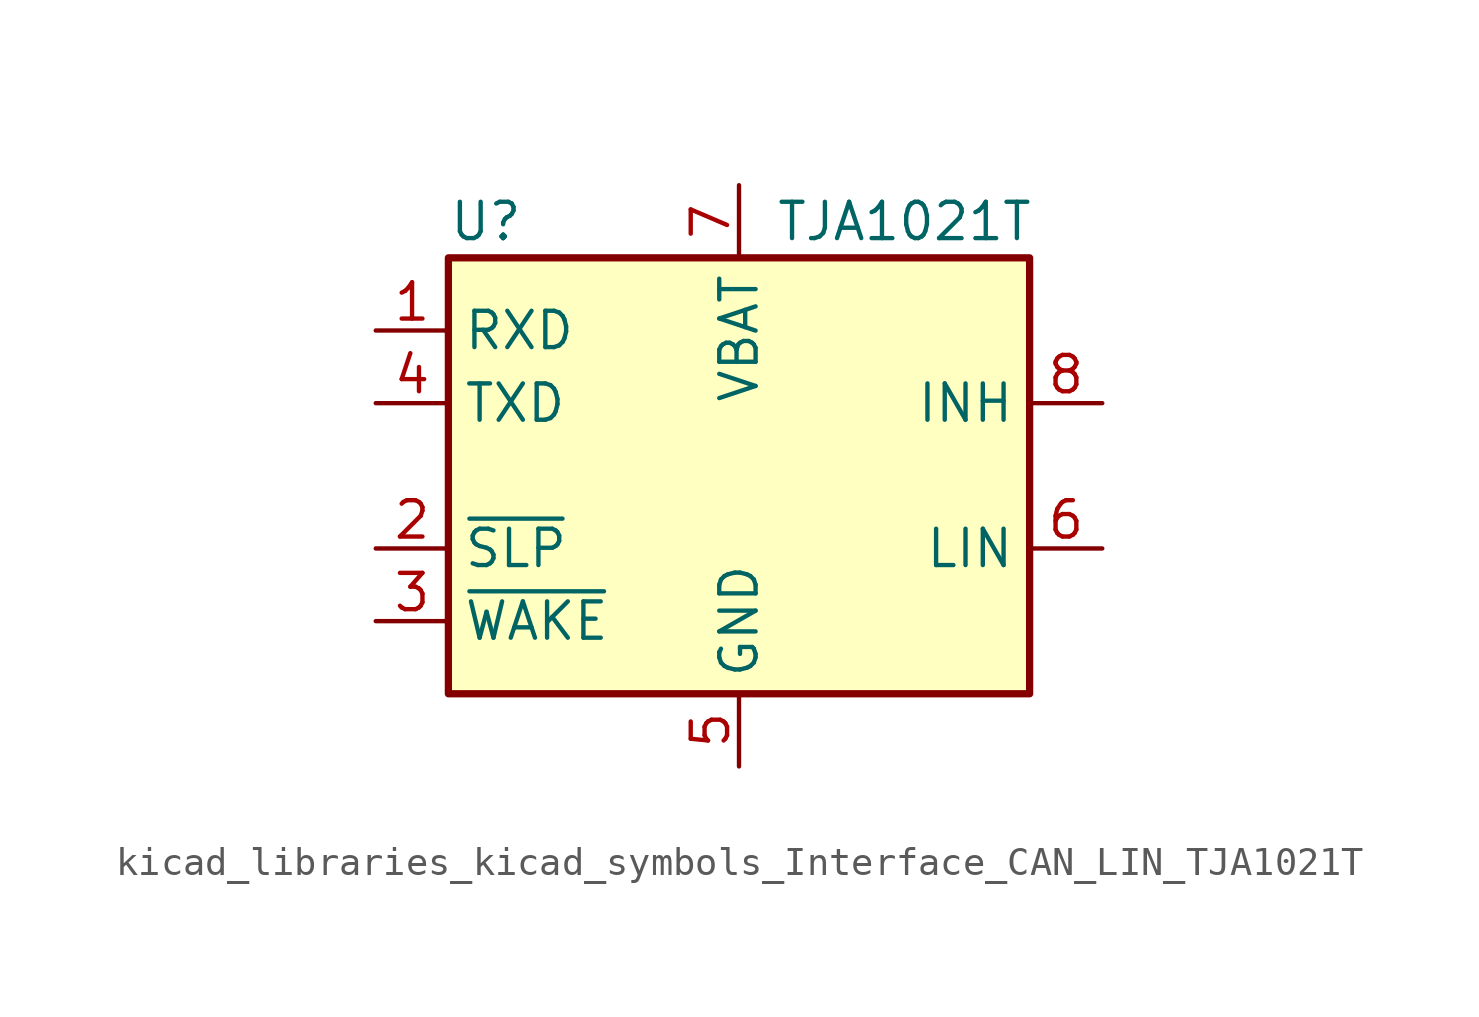
<source format=kicad_sym>
(kicad_symbol_lib
  (version 20220914)
  (generator kicad_symbol_editor)
  (symbol "kicad_libraries_kicad_symbols_Interface_CAN_LIN_TJA1021T"
    (property "Reference" "U"
      (at -10.16 8.89 0)
      (effects (font (size 1.27 1.27)) (justify left)))
    (property "Value" "TJA1021T"
      (at 1.27 8.89 0)
      (effects (font (size 1.27 1.27)) (justify left)))
    (symbol "kicad_libraries_kicad_symbols_Interface_CAN_LIN_TJA1021T_0_1"
      (rectangle (start -10.16 7.62) (end 10.16 -7.62) (stroke (width 0.254) (type default)) (fill (type background))))
    (symbol "kicad_libraries_kicad_symbols_Interface_CAN_LIN_TJA1021T_1_1"
      (pin open_collector line (at -12.7 5.08 0) (length 2.54) (name "RXD" (effects (font (size 1.27 1.27)))) (number "1" (effects (font (size 1.27 1.27)))))
      (pin input line (at -12.7 -2.54 0) (length 2.54) (name "~{SLP}" (effects (font (size 1.27 1.27)))) (number "2" (effects (font (size 1.27 1.27)))))
      (pin input line (at -12.7 -5.08 0) (length 2.54) (name "~{WAKE}" (effects (font (size 1.27 1.27)))) (number "3" (effects (font (size 1.27 1.27)))))
      (pin input line (at -12.7 2.54 0) (length 2.54) (name "TXD" (effects (font (size 1.27 1.27)))) (number "4" (effects (font (size 1.27 1.27)))))
      (pin power_in line (at 0 -10.16 90) (length 2.54) (name "GND" (effects (font (size 1.27 1.27)))) (number "5" (effects (font (size 1.27 1.27)))))
      (pin bidirectional line (at 12.7 -2.54 180) (length 2.54) (name "LIN" (effects (font (size 1.27 1.27)))) (number "6" (effects (font (size 1.27 1.27)))))
      (pin power_in line (at 0 10.16 270) (length 2.54) (name "VBAT" (effects (font (size 1.27 1.27)))) (number "7" (effects (font (size 1.27 1.27)))))
      (pin output line (at 12.7 2.54 180) (length 2.54) (name "INH" (effects (font (size 1.27 1.27)))) (number "8" (effects (font (size 1.27 1.27))))))))
</source>
